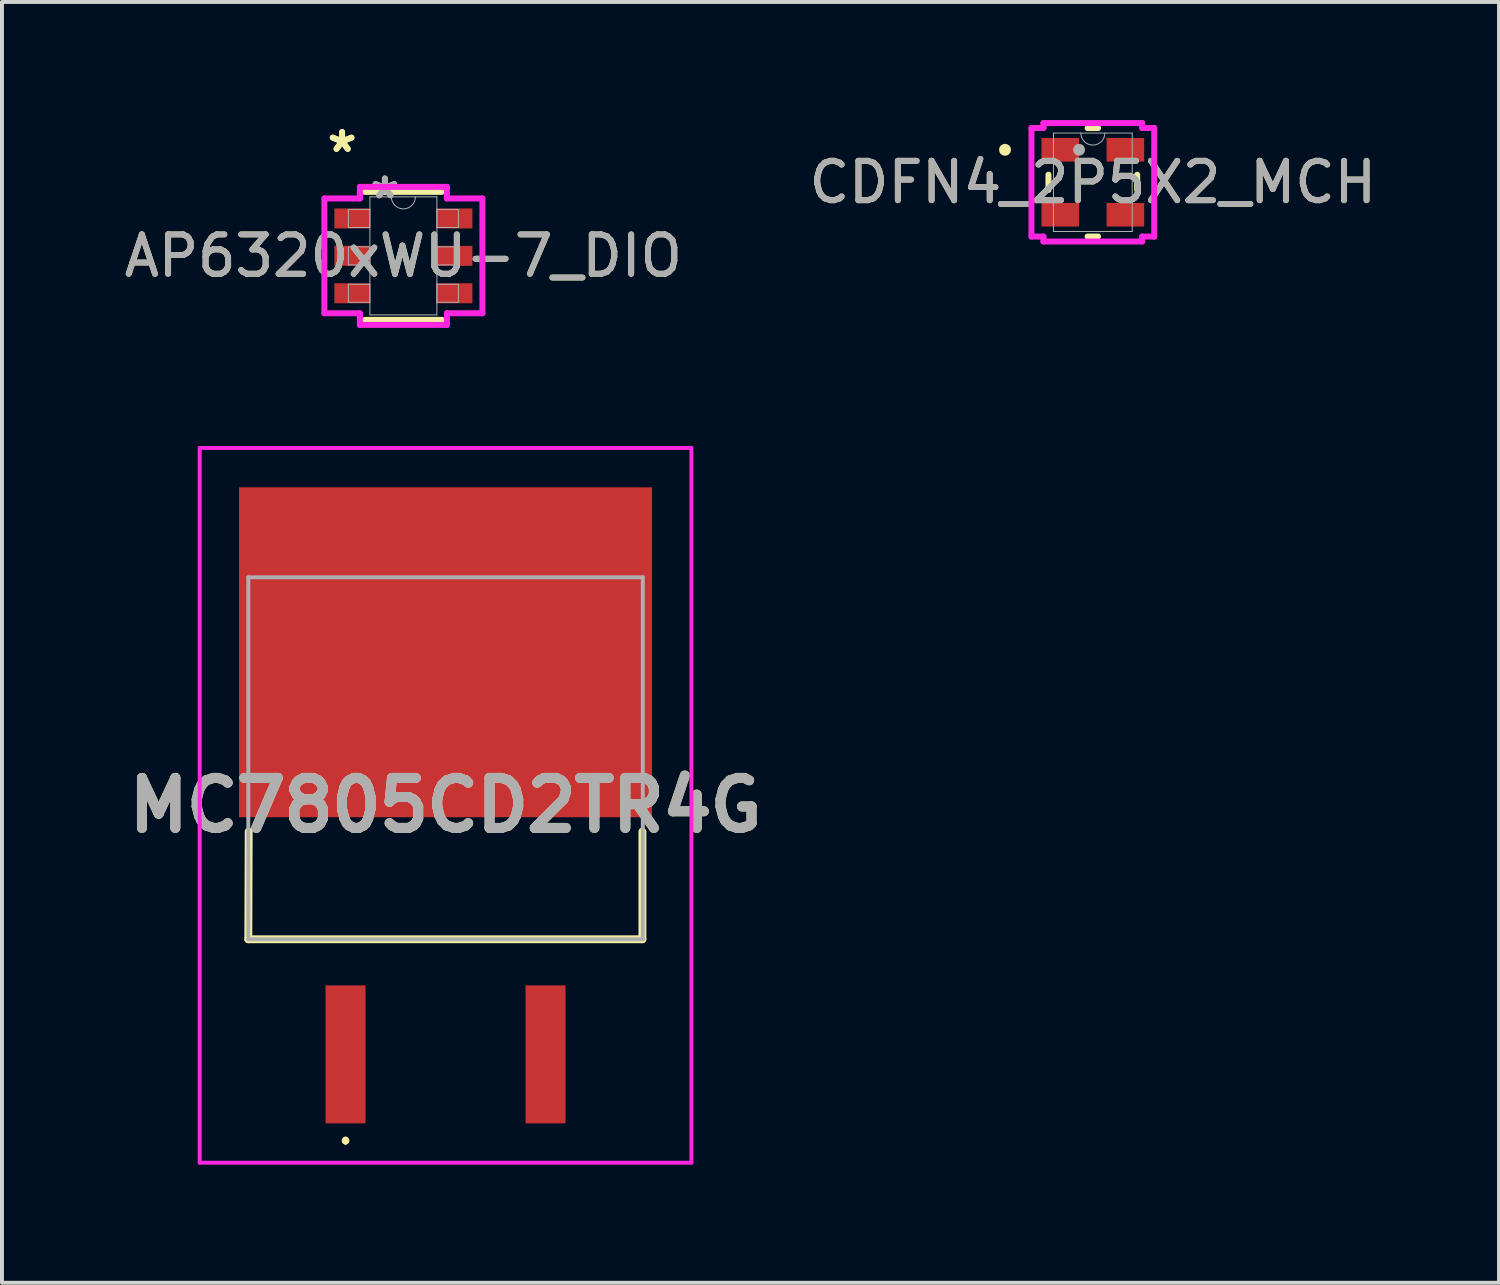
<source format=kicad_pcb>
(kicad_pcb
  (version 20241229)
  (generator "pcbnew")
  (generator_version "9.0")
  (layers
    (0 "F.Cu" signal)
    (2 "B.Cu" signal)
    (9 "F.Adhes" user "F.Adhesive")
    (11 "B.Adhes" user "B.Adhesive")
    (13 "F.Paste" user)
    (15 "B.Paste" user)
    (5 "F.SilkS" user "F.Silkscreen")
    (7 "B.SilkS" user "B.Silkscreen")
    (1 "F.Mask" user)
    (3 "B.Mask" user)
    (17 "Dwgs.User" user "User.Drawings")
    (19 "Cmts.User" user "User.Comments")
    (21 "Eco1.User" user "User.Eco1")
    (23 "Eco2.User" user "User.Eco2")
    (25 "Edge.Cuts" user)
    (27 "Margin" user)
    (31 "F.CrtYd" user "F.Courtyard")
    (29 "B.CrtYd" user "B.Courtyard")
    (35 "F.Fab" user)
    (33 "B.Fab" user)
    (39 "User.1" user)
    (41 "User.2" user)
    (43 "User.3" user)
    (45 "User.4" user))
  (footprint "MC7805CD2TR4G"
    (layer "F.Cu")
    (at 8.267 17.672)
    (property "Reference" "MC7805CD2TR4G" (at 0 -0.267 0) (layer "F.SilkS") (effects (font (size 1.27 1.27) (thickness 0.254))))
    (attr smd)
    (fp_line (start -5.01 3.135) (end 5 3.135) (stroke (width 0.2) (type solid)) (layer "F.SilkS"))
    (fp_line (start -5 0.4) (end -5.01 3.135) (stroke (width 0.2) (type solid)) (layer "F.SilkS"))
    (fp_line (start -2.54 8.2) (end -2.54 8.2) (stroke (width 0.1) (type solid)) (layer "F.SilkS"))
    (fp_line (start -2.54 8.3) (end -2.54 8.3) (stroke (width 0.1) (type solid)) (layer "F.SilkS"))
    (fp_line (start 5 3.135) (end 5 0.4) (stroke (width 0.2) (type solid)) (layer "F.SilkS"))
    (fp_arc (start -2.54 8.2) (mid -2.49 8.25) (end -2.54 8.3) (stroke (width 0.1) (type solid)) (layer "F.SilkS"))
    (fp_arc (start -2.54 8.3) (mid -2.59 8.25) (end -2.54 8.2) (stroke (width 0.1) (type solid)) (layer "F.SilkS"))
    (fp_line (start -6.245 -9.344) (end 6.245 -9.344) (stroke (width 0.1) (type solid)) (layer "F.CrtYd"))
    (fp_line (start -6.245 8.811) (end -6.245 -9.344) (stroke (width 0.1) (type solid)) (layer "F.CrtYd"))
    (fp_line (start 6.245 -9.344) (end 6.245 8.811) (stroke (width 0.1) (type solid)) (layer "F.CrtYd"))
    (fp_line (start 6.245 8.811) (end -6.245 8.811) (stroke (width 0.1) (type solid)) (layer "F.CrtYd"))
    (fp_line (start -5.01 -6.059) (end 5.01 -6.059) (stroke (width 0.1) (type solid)) (layer "F.Fab"))
    (fp_line (start -5.01 3.135) (end -5.01 -6.059) (stroke (width 0.1) (type solid)) (layer "F.Fab"))
    (fp_line (start 5.01 -6.059) (end 5.01 3.135) (stroke (width 0.1) (type solid)) (layer "F.Fab"))
    (fp_line (start 5.01 3.135) (end -5.01 3.135) (stroke (width 0.1) (type solid)) (layer "F.Fab"))
    (fp_text user "${REFERENCE}" (at 0 -0.267 0) (layer "F.Fab") (effects (font (size 1.27 1.27) (thickness 0.254))))
    (pad "1" smd rect (at -2.54 6.059) (size 1.016 3.504) (layers "F.Cu" "F.Mask" "F.Paste"))
    (pad "2" smd rect (at 0 -4.154 90) (size 8.38 10.49) (layers "F.Cu" "F.Mask" "F.Paste"))
    (pad "3" smd rect (at 2.54 6.059) (size 1.016 3.504) (layers "F.Cu" "F.Mask" "F.Paste")))
  (footprint "AP6320xWU-7_DIO"
    (layer "F.Cu")
    (at 7.196 3.449)
    (property "Reference" "AP6320xWU-7_DIO" (at 0 0 0) (unlocked yes) (layer "F.SilkS") (effects (font (size 1 1) (thickness 0.15))))
    (attr smd)
    (fp_line (start -0.978 1.626) (end 0.978 1.626) (stroke (width 0.152) (type solid)) (layer "F.SilkS"))
    (fp_line (start 0.978 -1.626) (end -0.978 -1.626) (stroke (width 0.152) (type solid)) (layer "F.SilkS"))
    (fp_line (start -2.007 -1.458) (end -1.105 -1.458) (stroke (width 0.152) (type solid)) (layer "F.CrtYd"))
    (fp_line (start -2.007 1.458) (end -2.007 -1.458) (stroke (width 0.152) (type solid)) (layer "F.CrtYd"))
    (fp_line (start -2.007 1.458) (end -1.105 1.458) (stroke (width 0.152) (type solid)) (layer "F.CrtYd"))
    (fp_line (start -1.105 -1.753) (end 1.105 -1.753) (stroke (width 0.152) (type solid)) (layer "F.CrtYd"))
    (fp_line (start -1.105 -1.458) (end -1.105 -1.753) (stroke (width 0.152) (type solid)) (layer "F.CrtYd"))
    (fp_line (start -1.105 1.753) (end -1.105 1.458) (stroke (width 0.152) (type solid)) (layer "F.CrtYd"))
    (fp_line (start 1.105 -1.753) (end 1.105 -1.458) (stroke (width 0.152) (type solid)) (layer "F.CrtYd"))
    (fp_line (start 1.105 1.458) (end 1.105 1.753) (stroke (width 0.152) (type solid)) (layer "F.CrtYd"))
    (fp_line (start 1.105 1.753) (end -1.105 1.753) (stroke (width 0.152) (type solid)) (layer "F.CrtYd"))
    (fp_line (start 2.007 -1.458) (end 1.105 -1.458) (stroke (width 0.152) (type solid)) (layer "F.CrtYd"))
    (fp_line (start 2.007 -1.458) (end 2.007 1.458) (stroke (width 0.152) (type solid)) (layer "F.CrtYd"))
    (fp_line (start 2.007 1.458) (end 1.105 1.458) (stroke (width 0.152) (type solid)) (layer "F.CrtYd"))
    (fp_line (start -1.397 -1.179) (end -1.397 -0.721) (stroke (width 0.025) (type solid)) (layer "F.Fab"))
    (fp_line (start -1.397 -0.721) (end -0.851 -0.721) (stroke (width 0.025) (type solid)) (layer "F.Fab"))
    (fp_line (start -1.397 -0.229) (end -1.397 0.229) (stroke (width 0.025) (type solid)) (layer "F.Fab"))
    (fp_line (start -1.397 0.229) (end -0.851 0.229) (stroke (width 0.025) (type solid)) (layer "F.Fab"))
    (fp_line (start -1.397 0.721) (end -1.397 1.179) (stroke (width 0.025) (type solid)) (layer "F.Fab"))
    (fp_line (start -1.397 1.179) (end -0.851 1.179) (stroke (width 0.025) (type solid)) (layer "F.Fab"))
    (fp_line (start -0.851 -1.499) (end -0.851 1.499) (stroke (width 0.025) (type solid)) (layer "F.Fab"))
    (fp_line (start -0.851 -1.179) (end -1.397 -1.179) (stroke (width 0.025) (type solid)) (layer "F.Fab"))
    (fp_line (start -0.851 -0.721) (end -0.851 -1.179) (stroke (width 0.025) (type solid)) (layer "F.Fab"))
    (fp_line (start -0.851 -0.229) (end -1.397 -0.229) (stroke (width 0.025) (type solid)) (layer "F.Fab"))
    (fp_line (start -0.851 0.229) (end -0.851 -0.229) (stroke (width 0.025) (type solid)) (layer "F.Fab"))
    (fp_line (start -0.851 0.721) (end -1.397 0.721) (stroke (width 0.025) (type solid)) (layer "F.Fab"))
    (fp_line (start -0.851 1.179) (end -0.851 0.721) (stroke (width 0.025) (type solid)) (layer "F.Fab"))
    (fp_line (start -0.851 1.499) (end 0.851 1.499) (stroke (width 0.025) (type solid)) (layer "F.Fab"))
    (fp_line (start 0.851 -1.499) (end -0.851 -1.499) (stroke (width 0.025) (type solid)) (layer "F.Fab"))
    (fp_line (start 0.851 -1.179) (end 0.851 -0.721) (stroke (width 0.025) (type solid)) (layer "F.Fab"))
    (fp_line (start 0.851 -0.721) (end 1.397 -0.721) (stroke (width 0.025) (type solid)) (layer "F.Fab"))
    (fp_line (start 0.851 -0.229) (end 0.851 0.229) (stroke (width 0.025) (type solid)) (layer "F.Fab"))
    (fp_line (start 0.851 0.229) (end 1.397 0.229) (stroke (width 0.025) (type solid)) (layer "F.Fab"))
    (fp_line (start 0.851 0.721) (end 0.851 1.179) (stroke (width 0.025) (type solid)) (layer "F.Fab"))
    (fp_line (start 0.851 1.179) (end 1.397 1.179) (stroke (width 0.025) (type solid)) (layer "F.Fab"))
    (fp_line (start 0.851 1.499) (end 0.851 -1.499) (stroke (width 0.025) (type solid)) (layer "F.Fab"))
    (fp_line (start 1.397 -1.179) (end 0.851 -1.179) (stroke (width 0.025) (type solid)) (layer "F.Fab"))
    (fp_line (start 1.397 -0.721) (end 1.397 -1.179) (stroke (width 0.025) (type solid)) (layer "F.Fab"))
    (fp_line (start 1.397 -0.229) (end 0.851 -0.229) (stroke (width 0.025) (type solid)) (layer "F.Fab"))
    (fp_line (start 1.397 0.229) (end 1.397 -0.229) (stroke (width 0.025) (type solid)) (layer "F.Fab"))
    (fp_line (start 1.397 0.721) (end 0.851 0.721) (stroke (width 0.025) (type solid)) (layer "F.Fab"))
    (fp_line (start 1.397 1.179) (end 1.397 0.721) (stroke (width 0.025) (type solid)) (layer "F.Fab"))
    (fp_arc (start 0.3048 -1.4986) (mid 0 -1.1938) (end -0.3048 -1.4986) (stroke (width 0.0254) (type solid)) (layer "F.Fab"))
    (fp_text user "*" (at -1.556 -2.601 0) (unlocked yes) (layer "F.SilkS") (effects (font (size 1 1) (thickness 0.15))))
    (fp_text user "*" (at -1.556 -2.601 0) (layer "F.SilkS") (effects (font (size 1 1) (thickness 0.15))))
    (fp_text user "*" (at -0.47 -1.422 0) (layer "F.Fab") (effects (font (size 1 1) (thickness 0.15))))
    (fp_text user "${REFERENCE}" (at 0 0 0) (unlocked yes) (layer "F.Fab") (effects (font (size 1 1) (thickness 0.15))))
    (fp_text user "*" (at -0.47 -1.422 0) (unlocked yes) (layer "F.Fab") (effects (font (size 1 1) (thickness 0.15))))
    (pad "1" smd rect (at -1.302 -0.95) (size 0.902 0.508) (layers "F.Cu" "F.Mask" "F.Paste"))
    (pad "2" smd rect (at -1.302 0) (size 0.902 0.508) (layers "F.Cu" "F.Mask" "F.Paste"))
    (pad "3" smd rect (at -1.302 0.95) (size 0.902 0.508) (layers "F.Cu" "F.Mask" "F.Paste"))
    (pad "4" smd rect (at 1.302 0.95) (size 0.902 0.508) (layers "F.Cu" "F.Mask" "F.Paste"))
    (pad "5" smd rect (at 1.302 0) (size 0.902 0.508) (layers "F.Cu" "F.Mask" "F.Paste"))
    (pad "6" smd rect (at 1.302 -0.95) (size 0.902 0.508) (layers "F.Cu" "F.Mask" "F.Paste")))
  (footprint "CDFN4_2P5X2_MCH"
    (layer "F.Cu")
    (at 24.708 1.58)
    (property "Reference" "CDFN4_2P5X2_MCH" (at 0 0 0) (unlocked yes) (layer "F.SilkS") (effects (font (size 1 1) (thickness 0.15))))
    (attr smd)
    (fp_line (start -1.127 -0.193) (end -1.127 0.193) (stroke (width 0.152) (type solid)) (layer "F.SilkS"))
    (fp_line (start -0.133 1.377) (end 0.133 1.377) (stroke (width 0.152) (type solid)) (layer "F.SilkS"))
    (fp_line (start 0.133 -1.377) (end -0.133 -1.377) (stroke (width 0.152) (type solid)) (layer "F.SilkS"))
    (fp_line (start 1.127 0.193) (end 1.127 -0.193) (stroke (width 0.152) (type solid)) (layer "F.SilkS"))
    (fp_circle (center -2.231 -0.825) (end -2.155 -0.825) (stroke (width 0.152) (type solid)) (fill no) (layer "F.SilkS"))
    (fp_line (start -1.559 -1.379) (end -1.254 -1.379) (stroke (width 0.152) (type solid)) (layer "F.CrtYd"))
    (fp_line (start -1.559 1.379) (end -1.559 -1.379) (stroke (width 0.152) (type solid)) (layer "F.CrtYd"))
    (fp_line (start -1.559 1.379) (end -1.254 1.379) (stroke (width 0.152) (type solid)) (layer "F.CrtYd"))
    (fp_line (start -1.254 -1.504) (end 1.254 -1.504) (stroke (width 0.152) (type solid)) (layer "F.CrtYd"))
    (fp_line (start -1.254 -1.379) (end -1.254 -1.504) (stroke (width 0.152) (type solid)) (layer "F.CrtYd"))
    (fp_line (start -1.254 1.504) (end -1.254 1.379) (stroke (width 0.152) (type solid)) (layer "F.CrtYd"))
    (fp_line (start 1.254 -1.504) (end 1.254 -1.379) (stroke (width 0.152) (type solid)) (layer "F.CrtYd"))
    (fp_line (start 1.254 1.379) (end 1.254 1.504) (stroke (width 0.152) (type solid)) (layer "F.CrtYd"))
    (fp_line (start 1.254 1.504) (end -1.254 1.504) (stroke (width 0.152) (type solid)) (layer "F.CrtYd"))
    (fp_line (start 1.559 -1.379) (end 1.254 -1.379) (stroke (width 0.152) (type solid)) (layer "F.CrtYd"))
    (fp_line (start 1.559 -1.379) (end 1.559 1.379) (stroke (width 0.152) (type solid)) (layer "F.CrtYd"))
    (fp_line (start 1.559 1.379) (end 1.254 1.379) (stroke (width 0.152) (type solid)) (layer "F.CrtYd"))
    (fp_line (start -1 -1.25) (end -1 1.25) (stroke (width 0.025) (type solid)) (layer "F.Fab"))
    (fp_line (start -1 1.25) (end 1 1.25) (stroke (width 0.025) (type solid)) (layer "F.Fab"))
    (fp_line (start 1 -1.25) (end -1 -1.25) (stroke (width 0.025) (type solid)) (layer "F.Fab"))
    (fp_line (start 1 1.25) (end 1 -1.25) (stroke (width 0.025) (type solid)) (layer "F.Fab"))
    (fp_arc (start 0.3048 -1.25) (mid 0 -0.9452) (end -0.3048 -1.25) (stroke (width 0.0254) (type solid)) (layer "F.Fab"))
    (fp_circle (center -0.35 -0.825) (end -0.35 -0.825) (stroke (width 0.152) (type solid)) (fill no) (layer "F.Fab"))
    (fp_text user "${REFERENCE}" (at 0 0 0) (unlocked yes) (layer "F.Fab") (effects (font (size 1 1) (thickness 0.15))))
    (pad "1" smd rect (at -0.827 -0.825) (size 0.955 0.599) (layers "F.Cu" "F.Mask" "F.Paste"))
    (pad "2" smd rect (at -0.827 0.825) (size 0.955 0.599) (layers "F.Cu" "F.Mask" "F.Paste"))
    (pad "3" smd rect (at 0.827 0.825) (size 0.955 0.599) (layers "F.Cu" "F.Mask" "F.Paste"))
    (pad "4" smd rect (at 0.827 -0.825) (size 0.955 0.599) (layers "F.Cu" "F.Mask" "F.Paste")))
  (gr_rect
    (start -3 -3)
    (end 35.024 29.533)
    (stroke (width 0.1) (type default))
    (fill no)
    (layer "Edge.Cuts")))
</source>
